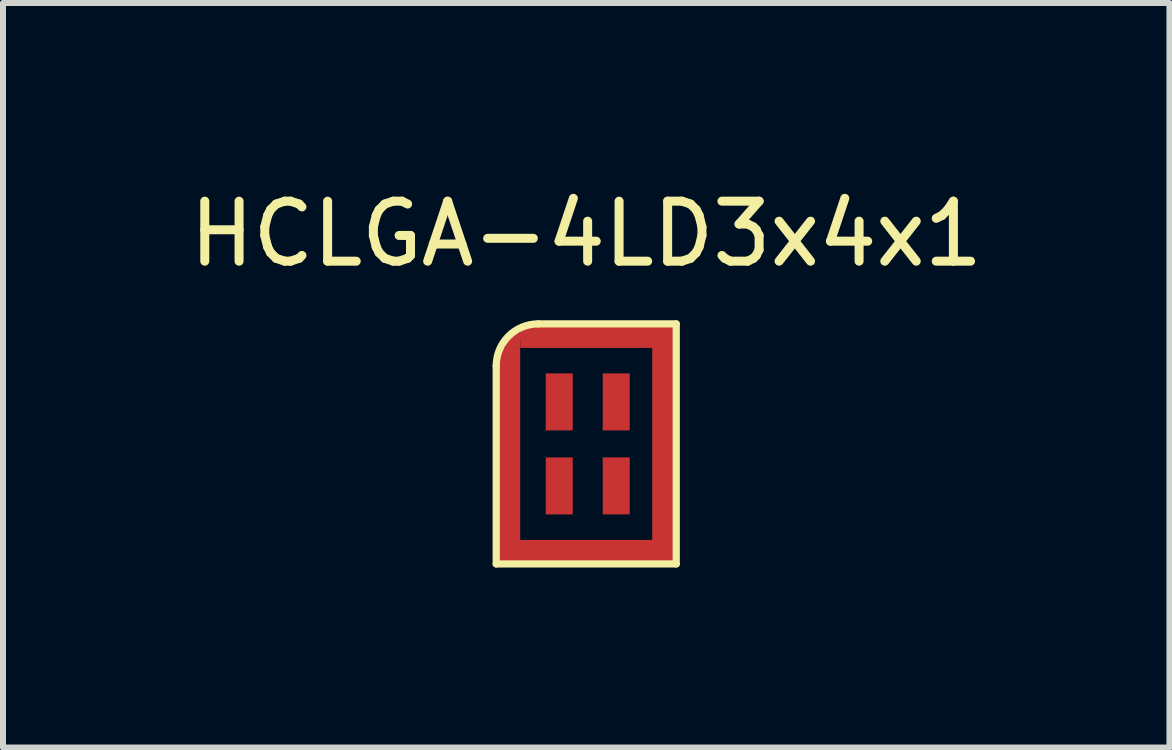
<source format=kicad_pcb>
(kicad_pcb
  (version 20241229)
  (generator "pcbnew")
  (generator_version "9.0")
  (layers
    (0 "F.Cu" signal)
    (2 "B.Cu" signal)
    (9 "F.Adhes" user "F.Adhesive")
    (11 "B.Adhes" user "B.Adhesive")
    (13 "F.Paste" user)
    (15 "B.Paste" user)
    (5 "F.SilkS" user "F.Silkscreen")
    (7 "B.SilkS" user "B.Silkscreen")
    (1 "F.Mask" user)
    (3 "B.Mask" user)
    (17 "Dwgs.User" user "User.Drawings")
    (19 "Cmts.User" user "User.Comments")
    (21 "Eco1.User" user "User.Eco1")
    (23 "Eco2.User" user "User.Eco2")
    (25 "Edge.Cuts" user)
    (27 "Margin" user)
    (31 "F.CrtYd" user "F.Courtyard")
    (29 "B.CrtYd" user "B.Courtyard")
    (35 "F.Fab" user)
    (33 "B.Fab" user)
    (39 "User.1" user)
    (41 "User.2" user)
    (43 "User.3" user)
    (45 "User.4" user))
  (footprint "HCLGA-4LD3x4x1"
    (layer "F.Cu")
    (at 6.72 4.348)
    (property "Reference" "HCLGA-4LD3x4x1" (at 0 -3.5 0) (layer "F.SilkS") (effects (font (size 1 1) (thickness 0.15))))
    (attr through_hole)
    (fp_line (start -1.5 -1.3) (end -1.5 2) (stroke (width 0.12) (type solid)) (layer "F.SilkS"))
    (fp_line (start -1.5 2) (end 1.5 2) (stroke (width 0.12) (type solid)) (layer "F.SilkS"))
    (fp_line (start 1.5 -2) (end -0.8 -2) (stroke (width 0.12) (type solid)) (layer "F.SilkS"))
    (fp_line (start 1.5 2) (end 1.5 -2) (stroke (width 0.12) (type solid)) (layer "F.SilkS"))
    (fp_arc (start -1.5 -1.3) (mid -1.294975 -1.794975) (end -0.8 -2) (stroke (width 0.12) (type solid)) (layer "F.SilkS"))
    (pad "" smd rect (at -1.3 -1.6) (size 0.1 0.2) (layers "F.Cu" "F.Mask" "F.Paste"))
    (pad "" smd rect (at -1.2 -1.7) (size 0.2 0.2) (layers "F.Cu" "F.Mask" "F.Paste"))
    (pad "" smd rect (at -1.1 -1.8) (size 0.2 0.1) (layers "F.Cu" "F.Mask" "F.Paste"))
    (pad "1" smd rect (at -0.45 -0.7) (size 0.45 0.95) (layers "F.Cu" "F.Mask" "F.Paste"))
    (pad "2" smd rect (at -0.45 0.7) (size 0.45 0.95) (layers "F.Cu" "F.Mask" "F.Paste"))
    (pad "3" smd rect (at 0.5 0.7) (size 0.45 0.95) (layers "F.Cu" "F.Mask" "F.Paste"))
    (pad "4" smd rect (at 0.5 -0.7) (size 0.45 0.95) (layers "F.Cu" "F.Mask" "F.Paste"))
    (pad "5" smd rect (at -1.3 0.2) (size 0.4 3.6) (layers "F.Cu" "F.Mask" "F.Paste"))
    (pad "5" smd rect (at 0 1.8) (size 2.6 0.4) (layers "F.Cu" "F.Mask" "F.Paste"))
    (pad "5" smd rect (at 0.2 -1.8) (size 2.6 0.4) (layers "F.Cu" "F.Mask" "F.Paste"))
    (pad "5" smd rect (at 1.3 0) (size 0.4 4) (layers "F.Cu" "F.Mask" "F.Paste")))
  (gr_rect
    (start -3 -3)
    (end 16.44 9.408)
    (stroke (width 0.1) (type default))
    (fill no)
    (layer "Edge.Cuts")))
</source>
